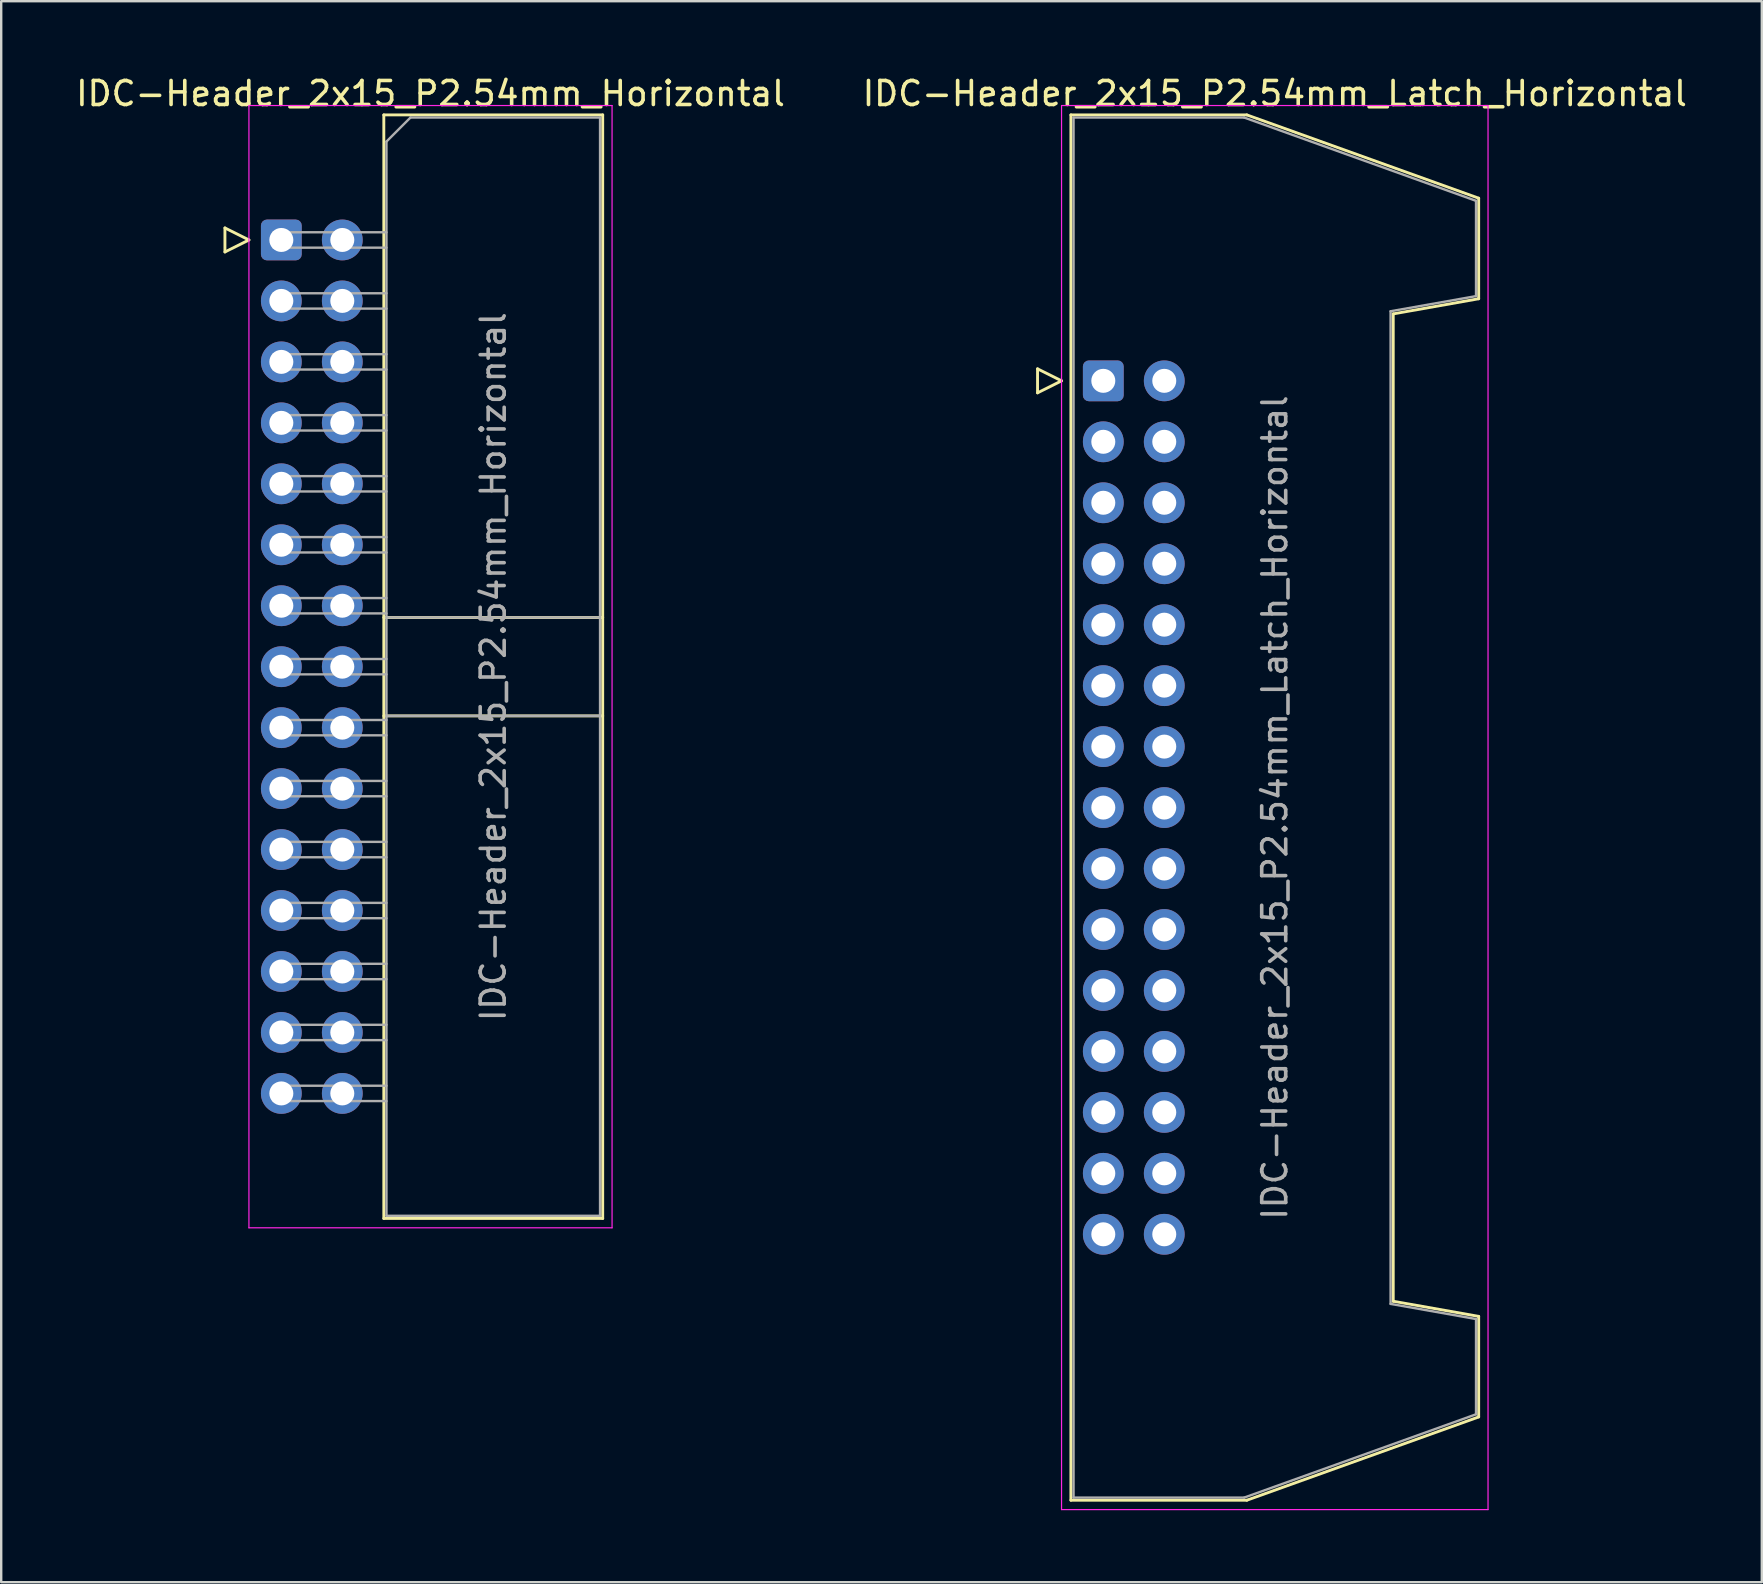
<source format=kicad_pcb>
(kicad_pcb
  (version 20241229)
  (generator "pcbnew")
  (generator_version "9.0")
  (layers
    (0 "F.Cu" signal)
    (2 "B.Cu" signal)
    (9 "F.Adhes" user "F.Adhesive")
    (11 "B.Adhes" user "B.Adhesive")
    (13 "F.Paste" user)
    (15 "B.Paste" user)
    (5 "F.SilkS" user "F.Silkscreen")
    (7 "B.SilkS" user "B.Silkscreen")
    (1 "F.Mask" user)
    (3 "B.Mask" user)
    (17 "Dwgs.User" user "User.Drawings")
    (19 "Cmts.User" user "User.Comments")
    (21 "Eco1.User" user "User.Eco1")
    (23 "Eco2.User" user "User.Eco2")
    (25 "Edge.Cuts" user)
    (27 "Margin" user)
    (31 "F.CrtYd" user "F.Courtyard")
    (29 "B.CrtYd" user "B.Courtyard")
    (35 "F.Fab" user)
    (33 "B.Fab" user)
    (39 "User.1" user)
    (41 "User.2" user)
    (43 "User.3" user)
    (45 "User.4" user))
  (footprint "IDC-Header_2x15_P2.54mm_Horizontal"
    (layer "F.Cu")
    (at 8.672 6.948)
    (property "Reference" "IDC-Header_2x15_P2.54mm_Horizontal" (at 6.215 -6.1 0) (layer "F.SilkS") (effects (font (size 1 1) (thickness 0.15))))
    (attr through_hole)
    (fp_line (start -2.35 -0.5) (end -2.35 0.5) (stroke (width 0.12) (type solid)) (layer "F.SilkS"))
    (fp_line (start -2.35 0.5) (end -1.35 0) (stroke (width 0.12) (type solid)) (layer "F.SilkS"))
    (fp_line (start -1.35 0) (end -2.35 -0.5) (stroke (width 0.12) (type solid)) (layer "F.SilkS"))
    (fp_line (start 4.27 -5.21) (end 13.39 -5.21) (stroke (width 0.12) (type solid)) (layer "F.SilkS"))
    (fp_line (start 4.27 15.73) (end 13.39 15.73) (stroke (width 0.12) (type solid)) (layer "F.SilkS"))
    (fp_line (start 4.27 19.83) (end 13.39 19.83) (stroke (width 0.12) (type solid)) (layer "F.SilkS"))
    (fp_line (start 4.27 40.77) (end 4.27 -5.21) (stroke (width 0.12) (type solid)) (layer "F.SilkS"))
    (fp_line (start 13.39 -5.21) (end 13.39 40.77) (stroke (width 0.12) (type solid)) (layer "F.SilkS"))
    (fp_line (start 13.39 40.77) (end 4.27 40.77) (stroke (width 0.12) (type solid)) (layer "F.SilkS"))
    (fp_line (start -1.35 -5.6) (end -1.35 41.16) (stroke (width 0.05) (type solid)) (layer "F.CrtYd"))
    (fp_line (start -1.35 41.16) (end 13.78 41.16) (stroke (width 0.05) (type solid)) (layer "F.CrtYd"))
    (fp_line (start 13.78 -5.6) (end -1.35 -5.6) (stroke (width 0.05) (type solid)) (layer "F.CrtYd"))
    (fp_line (start 13.78 41.16) (end 13.78 -5.6) (stroke (width 0.05) (type solid)) (layer "F.CrtYd"))
    (fp_line (start -0.32 -0.32) (end -0.32 0.32) (stroke (width 0.1) (type solid)) (layer "F.Fab"))
    (fp_line (start -0.32 0.32) (end 4.38 0.32) (stroke (width 0.1) (type solid)) (layer "F.Fab"))
    (fp_line (start -0.32 2.22) (end -0.32 2.86) (stroke (width 0.1) (type solid)) (layer "F.Fab"))
    (fp_line (start -0.32 2.86) (end 4.38 2.86) (stroke (width 0.1) (type solid)) (layer "F.Fab"))
    (fp_line (start -0.32 4.76) (end -0.32 5.4) (stroke (width 0.1) (type solid)) (layer "F.Fab"))
    (fp_line (start -0.32 5.4) (end 4.38 5.4) (stroke (width 0.1) (type solid)) (layer "F.Fab"))
    (fp_line (start -0.32 7.3) (end -0.32 7.94) (stroke (width 0.1) (type solid)) (layer "F.Fab"))
    (fp_line (start -0.32 7.94) (end 4.38 7.94) (stroke (width 0.1) (type solid)) (layer "F.Fab"))
    (fp_line (start -0.32 9.84) (end -0.32 10.48) (stroke (width 0.1) (type solid)) (layer "F.Fab"))
    (fp_line (start -0.32 10.48) (end 4.38 10.48) (stroke (width 0.1) (type solid)) (layer "F.Fab"))
    (fp_line (start -0.32 12.38) (end -0.32 13.02) (stroke (width 0.1) (type solid)) (layer "F.Fab"))
    (fp_line (start -0.32 13.02) (end 4.38 13.02) (stroke (width 0.1) (type solid)) (layer "F.Fab"))
    (fp_line (start -0.32 14.92) (end -0.32 15.56) (stroke (width 0.1) (type solid)) (layer "F.Fab"))
    (fp_line (start -0.32 15.56) (end 4.38 15.56) (stroke (width 0.1) (type solid)) (layer "F.Fab"))
    (fp_line (start -0.32 17.46) (end -0.32 18.1) (stroke (width 0.1) (type solid)) (layer "F.Fab"))
    (fp_line (start -0.32 18.1) (end 4.38 18.1) (stroke (width 0.1) (type solid)) (layer "F.Fab"))
    (fp_line (start -0.32 20) (end -0.32 20.64) (stroke (width 0.1) (type solid)) (layer "F.Fab"))
    (fp_line (start -0.32 20.64) (end 4.38 20.64) (stroke (width 0.1) (type solid)) (layer "F.Fab"))
    (fp_line (start -0.32 22.54) (end -0.32 23.18) (stroke (width 0.1) (type solid)) (layer "F.Fab"))
    (fp_line (start -0.32 23.18) (end 4.38 23.18) (stroke (width 0.1) (type solid)) (layer "F.Fab"))
    (fp_line (start -0.32 25.08) (end -0.32 25.72) (stroke (width 0.1) (type solid)) (layer "F.Fab"))
    (fp_line (start -0.32 25.72) (end 4.38 25.72) (stroke (width 0.1) (type solid)) (layer "F.Fab"))
    (fp_line (start -0.32 27.62) (end -0.32 28.26) (stroke (width 0.1) (type solid)) (layer "F.Fab"))
    (fp_line (start -0.32 28.26) (end 4.38 28.26) (stroke (width 0.1) (type solid)) (layer "F.Fab"))
    (fp_line (start -0.32 30.16) (end -0.32 30.8) (stroke (width 0.1) (type solid)) (layer "F.Fab"))
    (fp_line (start -0.32 30.8) (end 4.38 30.8) (stroke (width 0.1) (type solid)) (layer "F.Fab"))
    (fp_line (start -0.32 32.7) (end -0.32 33.34) (stroke (width 0.1) (type solid)) (layer "F.Fab"))
    (fp_line (start -0.32 33.34) (end 4.38 33.34) (stroke (width 0.1) (type solid)) (layer "F.Fab"))
    (fp_line (start -0.32 35.24) (end -0.32 35.88) (stroke (width 0.1) (type solid)) (layer "F.Fab"))
    (fp_line (start -0.32 35.88) (end 4.38 35.88) (stroke (width 0.1) (type solid)) (layer "F.Fab"))
    (fp_line (start 4.38 -4.1) (end 5.38 -5.1) (stroke (width 0.1) (type solid)) (layer "F.Fab"))
    (fp_line (start 4.38 -0.32) (end -0.32 -0.32) (stroke (width 0.1) (type solid)) (layer "F.Fab"))
    (fp_line (start 4.38 2.22) (end -0.32 2.22) (stroke (width 0.1) (type solid)) (layer "F.Fab"))
    (fp_line (start 4.38 4.76) (end -0.32 4.76) (stroke (width 0.1) (type solid)) (layer "F.Fab"))
    (fp_line (start 4.38 7.3) (end -0.32 7.3) (stroke (width 0.1) (type solid)) (layer "F.Fab"))
    (fp_line (start 4.38 9.84) (end -0.32 9.84) (stroke (width 0.1) (type solid)) (layer "F.Fab"))
    (fp_line (start 4.38 12.38) (end -0.32 12.38) (stroke (width 0.1) (type solid)) (layer "F.Fab"))
    (fp_line (start 4.38 14.92) (end -0.32 14.92) (stroke (width 0.1) (type solid)) (layer "F.Fab"))
    (fp_line (start 4.38 15.73) (end 13.28 15.73) (stroke (width 0.1) (type solid)) (layer "F.Fab"))
    (fp_line (start 4.38 17.46) (end -0.32 17.46) (stroke (width 0.1) (type solid)) (layer "F.Fab"))
    (fp_line (start 4.38 19.83) (end 13.28 19.83) (stroke (width 0.1) (type solid)) (layer "F.Fab"))
    (fp_line (start 4.38 20) (end -0.32 20) (stroke (width 0.1) (type solid)) (layer "F.Fab"))
    (fp_line (start 4.38 22.54) (end -0.32 22.54) (stroke (width 0.1) (type solid)) (layer "F.Fab"))
    (fp_line (start 4.38 25.08) (end -0.32 25.08) (stroke (width 0.1) (type solid)) (layer "F.Fab"))
    (fp_line (start 4.38 27.62) (end -0.32 27.62) (stroke (width 0.1) (type solid)) (layer "F.Fab"))
    (fp_line (start 4.38 30.16) (end -0.32 30.16) (stroke (width 0.1) (type solid)) (layer "F.Fab"))
    (fp_line (start 4.38 32.7) (end -0.32 32.7) (stroke (width 0.1) (type solid)) (layer "F.Fab"))
    (fp_line (start 4.38 35.24) (end -0.32 35.24) (stroke (width 0.1) (type solid)) (layer "F.Fab"))
    (fp_line (start 4.38 40.66) (end 4.38 -4.1) (stroke (width 0.1) (type solid)) (layer "F.Fab"))
    (fp_line (start 5.38 -5.1) (end 13.28 -5.1) (stroke (width 0.1) (type solid)) (layer "F.Fab"))
    (fp_line (start 13.28 -5.1) (end 13.28 40.66) (stroke (width 0.1) (type solid)) (layer "F.Fab"))
    (fp_line (start 13.28 40.66) (end 4.38 40.66) (stroke (width 0.1) (type solid)) (layer "F.Fab"))
    (fp_text user "${REFERENCE}" (at 8.83 17.78 90) (layer "F.Fab") (effects (font (size 1 1) (thickness 0.15))))
    (pad "1" thru_hole roundrect (at 0 0) (size 1.7 1.7) (drill 1) (layers "*.Cu" "*.Mask") (roundrect_rratio 0.147))
    (pad "2" thru_hole circle (at 2.54 0) (size 1.7 1.7) (drill 1) (layers "*.Cu" "*.Mask"))
    (pad "3" thru_hole circle (at 0 2.54) (size 1.7 1.7) (drill 1) (layers "*.Cu" "*.Mask"))
    (pad "4" thru_hole circle (at 2.54 2.54) (size 1.7 1.7) (drill 1) (layers "*.Cu" "*.Mask"))
    (pad "5" thru_hole circle (at 0 5.08) (size 1.7 1.7) (drill 1) (layers "*.Cu" "*.Mask"))
    (pad "6" thru_hole circle (at 2.54 5.08) (size 1.7 1.7) (drill 1) (layers "*.Cu" "*.Mask"))
    (pad "7" thru_hole circle (at 0 7.62) (size 1.7 1.7) (drill 1) (layers "*.Cu" "*.Mask"))
    (pad "8" thru_hole circle (at 2.54 7.62) (size 1.7 1.7) (drill 1) (layers "*.Cu" "*.Mask"))
    (pad "9" thru_hole circle (at 0 10.16) (size 1.7 1.7) (drill 1) (layers "*.Cu" "*.Mask"))
    (pad "10" thru_hole circle (at 2.54 10.16) (size 1.7 1.7) (drill 1) (layers "*.Cu" "*.Mask"))
    (pad "11" thru_hole circle (at 0 12.7) (size 1.7 1.7) (drill 1) (layers "*.Cu" "*.Mask"))
    (pad "12" thru_hole circle (at 2.54 12.7) (size 1.7 1.7) (drill 1) (layers "*.Cu" "*.Mask"))
    (pad "13" thru_hole circle (at 0 15.24) (size 1.7 1.7) (drill 1) (layers "*.Cu" "*.Mask"))
    (pad "14" thru_hole circle (at 2.54 15.24) (size 1.7 1.7) (drill 1) (layers "*.Cu" "*.Mask"))
    (pad "15" thru_hole circle (at 0 17.78) (size 1.7 1.7) (drill 1) (layers "*.Cu" "*.Mask"))
    (pad "16" thru_hole circle (at 2.54 17.78) (size 1.7 1.7) (drill 1) (layers "*.Cu" "*.Mask"))
    (pad "17" thru_hole circle (at 0 20.32) (size 1.7 1.7) (drill 1) (layers "*.Cu" "*.Mask"))
    (pad "18" thru_hole circle (at 2.54 20.32) (size 1.7 1.7) (drill 1) (layers "*.Cu" "*.Mask"))
    (pad "19" thru_hole circle (at 0 22.86) (size 1.7 1.7) (drill 1) (layers "*.Cu" "*.Mask"))
    (pad "20" thru_hole circle (at 2.54 22.86) (size 1.7 1.7) (drill 1) (layers "*.Cu" "*.Mask"))
    (pad "21" thru_hole circle (at 0 25.4) (size 1.7 1.7) (drill 1) (layers "*.Cu" "*.Mask"))
    (pad "22" thru_hole circle (at 2.54 25.4) (size 1.7 1.7) (drill 1) (layers "*.Cu" "*.Mask"))
    (pad "23" thru_hole circle (at 0 27.94) (size 1.7 1.7) (drill 1) (layers "*.Cu" "*.Mask"))
    (pad "24" thru_hole circle (at 2.54 27.94) (size 1.7 1.7) (drill 1) (layers "*.Cu" "*.Mask"))
    (pad "25" thru_hole circle (at 0 30.48) (size 1.7 1.7) (drill 1) (layers "*.Cu" "*.Mask"))
    (pad "26" thru_hole circle (at 2.54 30.48) (size 1.7 1.7) (drill 1) (layers "*.Cu" "*.Mask"))
    (pad "27" thru_hole circle (at 0 33.02) (size 1.7 1.7) (drill 1) (layers "*.Cu" "*.Mask"))
    (pad "28" thru_hole circle (at 2.54 33.02) (size 1.7 1.7) (drill 1) (layers "*.Cu" "*.Mask"))
    (pad "29" thru_hole circle (at 0 35.56) (size 1.7 1.7) (drill 1) (layers "*.Cu" "*.Mask"))
    (pad "30" thru_hole circle (at 2.54 35.56) (size 1.7 1.7) (drill 1) (layers "*.Cu" "*.Mask")))
  (footprint "IDC-Header_2x15_P2.54mm_Latch_Horizontal"
    (layer "F.Cu")
    (at 42.92 12.818)
    (property "Reference" "IDC-Header_2x15_P2.54mm_Latch_Horizontal" (at 7.145 -11.97 0) (layer "F.SilkS") (effects (font (size 1 1) (thickness 0.15))))
    (attr through_hole)
    (fp_line (start -2.74 -0.5) (end -2.74 0.5) (stroke (width 0.12) (type solid)) (layer "F.SilkS"))
    (fp_line (start -2.74 0.5) (end -1.74 0) (stroke (width 0.12) (type solid)) (layer "F.SilkS"))
    (fp_line (start -1.74 0) (end -2.74 -0.5) (stroke (width 0.12) (type solid)) (layer "F.SilkS"))
    (fp_line (start -1.35 -11.08) (end 5.98 -11.08) (stroke (width 0.12) (type solid)) (layer "F.SilkS"))
    (fp_line (start -1.35 46.64) (end -1.35 -11.08) (stroke (width 0.12) (type solid)) (layer "F.SilkS"))
    (fp_line (start 5.98 -11.08) (end 15.64 -7.61) (stroke (width 0.12) (type solid)) (layer "F.SilkS"))
    (fp_line (start 5.98 46.64) (end -1.35 46.64) (stroke (width 0.12) (type solid)) (layer "F.SilkS"))
    (fp_line (start 12.08 -2.79) (end 12.08 38.35) (stroke (width 0.12) (type solid)) (layer "F.SilkS"))
    (fp_line (start 12.08 38.35) (end 15.64 38.98) (stroke (width 0.12) (type solid)) (layer "F.SilkS"))
    (fp_line (start 15.64 -7.61) (end 15.64 -3.42) (stroke (width 0.12) (type solid)) (layer "F.SilkS"))
    (fp_line (start 15.64 -3.42) (end 12.08 -2.79) (stroke (width 0.12) (type solid)) (layer "F.SilkS"))
    (fp_line (start 15.64 38.98) (end 15.64 43.17) (stroke (width 0.12) (type solid)) (layer "F.SilkS"))
    (fp_line (start 15.64 43.17) (end 5.98 46.64) (stroke (width 0.12) (type solid)) (layer "F.SilkS"))
    (fp_line (start -1.74 -11.47) (end -1.74 47.03) (stroke (width 0.05) (type solid)) (layer "F.CrtYd"))
    (fp_line (start -1.74 47.03) (end 16.03 47.03) (stroke (width 0.05) (type solid)) (layer "F.CrtYd"))
    (fp_line (start 16.03 -11.47) (end -1.74 -11.47) (stroke (width 0.05) (type solid)) (layer "F.CrtYd"))
    (fp_line (start 16.03 47.03) (end 16.03 -11.47) (stroke (width 0.05) (type solid)) (layer "F.CrtYd"))
    (fp_line (start -1.24 -10.97) (end 5.87 -10.97) (stroke (width 0.1) (type solid)) (layer "F.Fab"))
    (fp_line (start -1.24 46.53) (end -1.24 -10.97) (stroke (width 0.1) (type solid)) (layer "F.Fab"))
    (fp_line (start 5.87 -10.97) (end 15.53 -7.5) (stroke (width 0.1) (type solid)) (layer "F.Fab"))
    (fp_line (start 5.87 46.53) (end -1.24 46.53) (stroke (width 0.1) (type solid)) (layer "F.Fab"))
    (fp_line (start 11.97 -2.9) (end 11.97 38.46) (stroke (width 0.1) (type solid)) (layer "F.Fab"))
    (fp_line (start 11.97 38.46) (end 15.53 39.09) (stroke (width 0.1) (type solid)) (layer "F.Fab"))
    (fp_line (start 15.53 -7.5) (end 15.53 -3.53) (stroke (width 0.1) (type solid)) (layer "F.Fab"))
    (fp_line (start 15.53 -3.53) (end 11.97 -2.9) (stroke (width 0.1) (type solid)) (layer "F.Fab"))
    (fp_line (start 15.53 39.09) (end 15.53 43.06) (stroke (width 0.1) (type solid)) (layer "F.Fab"))
    (fp_line (start 15.53 43.06) (end 5.87 46.53) (stroke (width 0.1) (type solid)) (layer "F.Fab"))
    (fp_text user "${REFERENCE}" (at 7.145 17.78 90) (layer "F.Fab") (effects (font (size 1 1) (thickness 0.15))))
    (pad "1" thru_hole roundrect (at 0 0) (size 1.7 1.7) (drill 1) (layers "*.Cu" "*.Mask") (roundrect_rratio 0.147))
    (pad "2" thru_hole circle (at 2.54 0) (size 1.7 1.7) (drill 1) (layers "*.Cu" "*.Mask"))
    (pad "3" thru_hole circle (at 0 2.54) (size 1.7 1.7) (drill 1) (layers "*.Cu" "*.Mask"))
    (pad "4" thru_hole circle (at 2.54 2.54) (size 1.7 1.7) (drill 1) (layers "*.Cu" "*.Mask"))
    (pad "5" thru_hole circle (at 0 5.08) (size 1.7 1.7) (drill 1) (layers "*.Cu" "*.Mask"))
    (pad "6" thru_hole circle (at 2.54 5.08) (size 1.7 1.7) (drill 1) (layers "*.Cu" "*.Mask"))
    (pad "7" thru_hole circle (at 0 7.62) (size 1.7 1.7) (drill 1) (layers "*.Cu" "*.Mask"))
    (pad "8" thru_hole circle (at 2.54 7.62) (size 1.7 1.7) (drill 1) (layers "*.Cu" "*.Mask"))
    (pad "9" thru_hole circle (at 0 10.16) (size 1.7 1.7) (drill 1) (layers "*.Cu" "*.Mask"))
    (pad "10" thru_hole circle (at 2.54 10.16) (size 1.7 1.7) (drill 1) (layers "*.Cu" "*.Mask"))
    (pad "11" thru_hole circle (at 0 12.7) (size 1.7 1.7) (drill 1) (layers "*.Cu" "*.Mask"))
    (pad "12" thru_hole circle (at 2.54 12.7) (size 1.7 1.7) (drill 1) (layers "*.Cu" "*.Mask"))
    (pad "13" thru_hole circle (at 0 15.24) (size 1.7 1.7) (drill 1) (layers "*.Cu" "*.Mask"))
    (pad "14" thru_hole circle (at 2.54 15.24) (size 1.7 1.7) (drill 1) (layers "*.Cu" "*.Mask"))
    (pad "15" thru_hole circle (at 0 17.78) (size 1.7 1.7) (drill 1) (layers "*.Cu" "*.Mask"))
    (pad "16" thru_hole circle (at 2.54 17.78) (size 1.7 1.7) (drill 1) (layers "*.Cu" "*.Mask"))
    (pad "17" thru_hole circle (at 0 20.32) (size 1.7 1.7) (drill 1) (layers "*.Cu" "*.Mask"))
    (pad "18" thru_hole circle (at 2.54 20.32) (size 1.7 1.7) (drill 1) (layers "*.Cu" "*.Mask"))
    (pad "19" thru_hole circle (at 0 22.86) (size 1.7 1.7) (drill 1) (layers "*.Cu" "*.Mask"))
    (pad "20" thru_hole circle (at 2.54 22.86) (size 1.7 1.7) (drill 1) (layers "*.Cu" "*.Mask"))
    (pad "21" thru_hole circle (at 0 25.4) (size 1.7 1.7) (drill 1) (layers "*.Cu" "*.Mask"))
    (pad "22" thru_hole circle (at 2.54 25.4) (size 1.7 1.7) (drill 1) (layers "*.Cu" "*.Mask"))
    (pad "23" thru_hole circle (at 0 27.94) (size 1.7 1.7) (drill 1) (layers "*.Cu" "*.Mask"))
    (pad "24" thru_hole circle (at 2.54 27.94) (size 1.7 1.7) (drill 1) (layers "*.Cu" "*.Mask"))
    (pad "25" thru_hole circle (at 0 30.48) (size 1.7 1.7) (drill 1) (layers "*.Cu" "*.Mask"))
    (pad "26" thru_hole circle (at 2.54 30.48) (size 1.7 1.7) (drill 1) (layers "*.Cu" "*.Mask"))
    (pad "27" thru_hole circle (at 0 33.02) (size 1.7 1.7) (drill 1) (layers "*.Cu" "*.Mask"))
    (pad "28" thru_hole circle (at 2.54 33.02) (size 1.7 1.7) (drill 1) (layers "*.Cu" "*.Mask"))
    (pad "29" thru_hole circle (at 0 35.56) (size 1.7 1.7) (drill 1) (layers "*.Cu" "*.Mask"))
    (pad "30" thru_hole circle (at 2.54 35.56) (size 1.7 1.7) (drill 1) (layers "*.Cu" "*.Mask")))
  (gr_rect
    (start -3 -3)
    (end 70.357 62.873)
    (stroke (width 0.1) (type default))
    (fill no)
    (layer "Edge.Cuts")))
</source>
